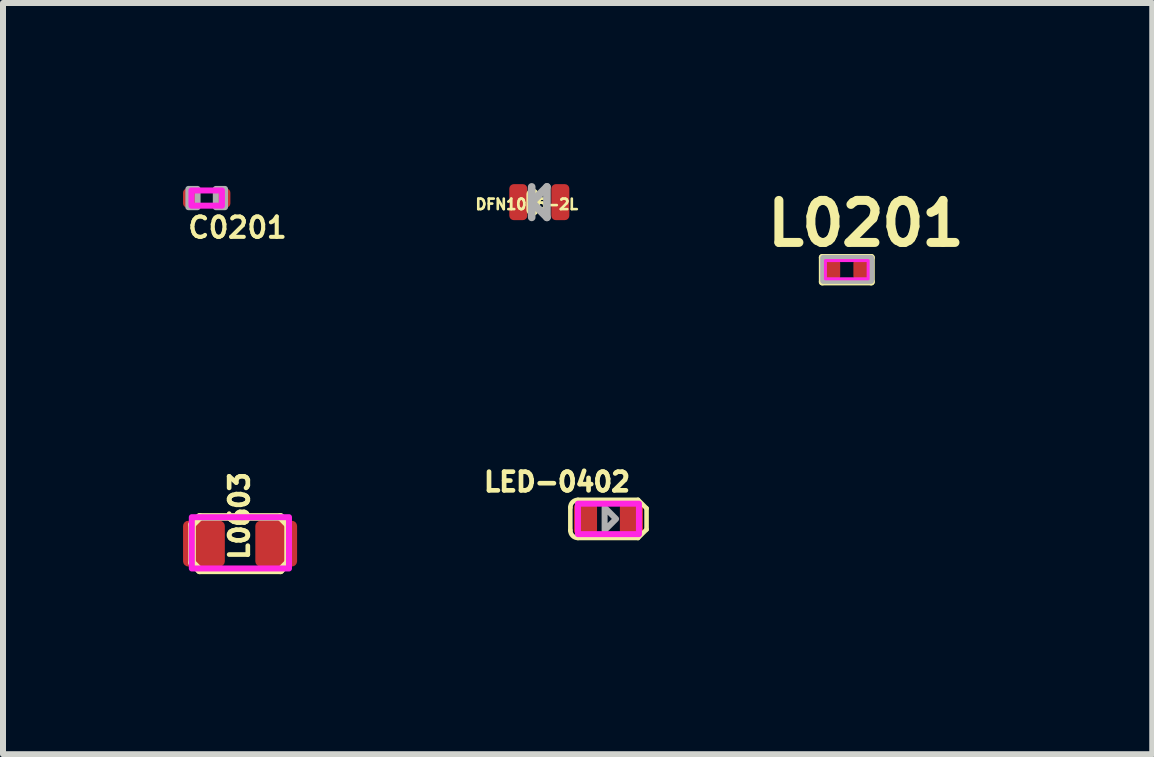
<source format=kicad_pcb>
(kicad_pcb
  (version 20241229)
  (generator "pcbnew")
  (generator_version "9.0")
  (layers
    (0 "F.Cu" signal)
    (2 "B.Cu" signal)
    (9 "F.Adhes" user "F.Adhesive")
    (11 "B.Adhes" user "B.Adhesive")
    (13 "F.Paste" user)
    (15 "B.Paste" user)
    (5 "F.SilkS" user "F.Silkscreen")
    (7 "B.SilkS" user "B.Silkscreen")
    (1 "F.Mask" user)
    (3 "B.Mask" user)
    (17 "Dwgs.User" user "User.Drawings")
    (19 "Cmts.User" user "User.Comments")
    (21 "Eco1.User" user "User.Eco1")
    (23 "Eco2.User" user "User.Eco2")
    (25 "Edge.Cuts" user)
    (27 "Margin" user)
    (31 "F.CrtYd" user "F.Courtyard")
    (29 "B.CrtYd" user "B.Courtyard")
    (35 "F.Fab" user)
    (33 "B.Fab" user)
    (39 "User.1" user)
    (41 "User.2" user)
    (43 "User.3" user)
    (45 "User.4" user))
  (footprint "DFN1006-2L"
    (layer "F.Cu")
    (at 5.936 0.318)
    (property "Reference" "DFN1006-2L" (at 0.67 -0.065 0) (unlocked yes) (layer "F.SilkS") (effects (font (size 0.175 0.175) (thickness 0.079)) (justify right top)))
    (fp_line (start -0.114 -0.127) (end -0.114 0.127) (stroke (width 0.203) (type solid)) (layer "F.SilkS"))
    (fp_line (start -0.127 -0.254) (end -0.127 0.254) (stroke (width 0.127) (type solid)) (layer "F.Fab"))
    (fp_line (start -0.127 0) (end 0.127 -0.254) (stroke (width 0.127) (type solid)) (layer "F.Fab"))
    (fp_line (start 0.127 -0.254) (end 0.127 0.254) (stroke (width 0.127) (type solid)) (layer "F.Fab"))
    (fp_line (start 0.127 0.254) (end -0.127 0) (stroke (width 0.127) (type solid)) (layer "F.Fab"))
    (pad "+" smd roundrect (at 0.35 0 270) (size 0.6 0.3) (layers "F.Cu" "F.Mask" "F.Paste") (roundrect_rratio 0.25))
    (pad "-" smd roundrect (at -0.35 0 270) (size 0.6 0.3) (layers "F.Cu" "F.Mask" "F.Paste") (roundrect_rratio 0.25)))
  (footprint "LED-0402"
    (layer "F.Cu")
    (at 7.088 5.596)
    (property "Reference" "LED-0402" (at 0.401 -0.798 0) (unlocked yes) (layer "F.SilkS") (effects (font (size 0.311 0.311) (thickness 0.095)) (justify right top)))
    (fp_line (start -0.635 0.191) (end -0.635 -0.191) (stroke (width 0.076) (type solid)) (layer "F.SilkS"))
    (fp_line (start -0.508 -0.318) (end 0.493 -0.318) (stroke (width 0.076) (type solid)) (layer "F.SilkS"))
    (fp_line (start 0.493 -0.318) (end 0.635 -0.176) (stroke (width 0.076) (type solid)) (layer "F.SilkS"))
    (fp_line (start 0.493 0.318) (end -0.508 0.318) (stroke (width 0.076) (type solid)) (layer "F.SilkS"))
    (fp_line (start 0.635 -0.176) (end 0.635 0.176) (stroke (width 0.076) (type solid)) (layer "F.SilkS"))
    (fp_line (start 0.635 0.176) (end 0.493 0.318) (stroke (width 0.076) (type solid)) (layer "F.SilkS"))
    (fp_arc (start -0.635 -0.1905) (mid -0.597803 -0.280303) (end -0.508 -0.3175) (stroke (width 0.0762) (type solid)) (layer "F.SilkS"))
    (fp_arc (start -0.508 0.3175) (mid -0.597803 0.280303) (end -0.635 0.1905) (stroke (width 0.0762) (type solid)) (layer "F.SilkS"))
    (fp_poly (pts (xy -0.508 0.254) (xy 0.508 0.254) (xy 0.508 -0.254) (xy -0.508 -0.254)) (stroke (width 0.1) (type default)) (fill no) (layer "F.CrtYd"))
    (fp_poly (pts (xy 0.127 0) (xy -0.064 0.191) (xy -0.064 -0.191)) (stroke (width 0.1) (type default)) (fill no) (layer "F.Fab"))
    (pad "+" smd roundrect (at -0.383 0 90) (size 0.508 0.385) (layers "F.Cu" "F.Mask" "F.Paste") (roundrect_rratio 0.15))
    (pad "-" smd roundrect (at 0.383 0 90) (size 0.508 0.385) (layers "F.Cu" "F.Mask" "F.Paste") (roundrect_rratio 0.15)))
  (footprint "L0603"
    (layer "F.Cu")
    (at 0.95 6.008)
    (property "Reference" "L0603" (at 0.171 0.307 90) (unlocked yes) (layer "F.SilkS") (effects (font (size 0.311 0.311) (thickness 0.095)) (justify left bottom)))
    (fp_line (start -0.8 -0.318) (end -0.673 -0.445) (stroke (width 0.127) (type solid)) (layer "F.SilkS"))
    (fp_line (start -0.8 0.318) (end -0.8 -0.318) (stroke (width 0.127) (type solid)) (layer "F.SilkS"))
    (fp_line (start -0.673 -0.445) (end 0.673 -0.445) (stroke (width 0.127) (type solid)) (layer "F.SilkS"))
    (fp_line (start -0.673 0.445) (end -0.8 0.318) (stroke (width 0.127) (type solid)) (layer "F.SilkS"))
    (fp_line (start 0.673 -0.445) (end 0.8 -0.318) (stroke (width 0.127) (type solid)) (layer "F.SilkS"))
    (fp_line (start 0.673 0.445) (end -0.673 0.445) (stroke (width 0.127) (type solid)) (layer "F.SilkS"))
    (fp_line (start 0.8 -0.318) (end 0.8 0.318) (stroke (width 0.127) (type solid)) (layer "F.SilkS"))
    (fp_line (start 0.8 0.318) (end 0.673 0.445) (stroke (width 0.127) (type solid)) (layer "F.SilkS"))
    (fp_poly (pts (xy -0.804 -0.441) (xy -0.804 0.414) (xy 0.815 0.414) (xy 0.815 -0.441)) (stroke (width 0.1) (type default)) (fill no) (layer "F.CrtYd"))
    (pad "1" smd roundrect (at 0.602 0 180) (size 0.696 0.762) (layers "F.Cu" "F.Mask" "F.Paste") (roundrect_rratio 0.125))
    (pad "2" smd roundrect (at -0.602 0 180) (size 0.696 0.762) (layers "F.Cu" "F.Mask" "F.Paste") (roundrect_rratio 0.125)))
  (footprint "L0201"
    (layer "F.Cu")
    (at 11.059 1.444)
    (property "Reference" "L0201" (at 0.319 -0.771 180) (layer "F.SilkS") (effects (font (size 0.7 0.7) (thickness 0.15))))
    (attr smd)
    (fp_line (start -0.408 -0.204) (end 0.408 -0.204) (stroke (width 0.115) (type default)) (layer "F.SilkS"))
    (fp_line (start -0.408 0.204) (end -0.408 -0.204) (stroke (width 0.115) (type default)) (layer "F.SilkS"))
    (fp_line (start 0.408 -0.204) (end 0.408 0.204) (stroke (width 0.115) (type default)) (layer "F.SilkS"))
    (fp_line (start 0.408 0.204) (end -0.408 0.204) (stroke (width 0.115) (type default)) (layer "F.SilkS"))
    (fp_rect (start -0.356 -0.152) (end 0.356 0.152) (stroke (width 0.05) (type default)) (fill no) (layer "F.CrtYd"))
    (fp_rect (start -0.393 -0.197) (end 0.405 0.186) (stroke (width 0.1) (type default)) (fill no) (layer "F.Fab"))
    (pad "1" smd roundrect (at -0.235 0) (size 0.25 0.32) (layers "F.Cu" "F.Mask" "F.Paste") (roundrect_rratio 0.2))
    (pad "2" smd roundrect (at 0.235 0) (size 0.25 0.32) (layers "F.Cu" "F.Mask" "F.Paste") (roundrect_rratio 0.2)))
  (footprint "C0201"
    (layer "F.Cu")
    (at 0.394 0.25)
    (property "Reference" "C0201" (at -0.347 0.691 0) (unlocked yes) (layer "F.SilkS") (effects (font (size 0.339 0.339) (thickness 0.068)) (justify left bottom)))
    (fp_poly (pts (xy -0.254 0.127) (xy 0.254 0.127) (xy 0.254 -0.127) (xy -0.254 -0.127)) (stroke (width 0.1) (type default)) (fill no) (layer "F.CrtYd"))
    (fp_line (start -0.305 -0.152) (end 0.305 -0.152) (stroke (width 0.01) (type solid)) (layer "F.Fab"))
    (fp_line (start -0.305 0.152) (end -0.305 -0.152) (stroke (width 0.01) (type solid)) (layer "F.Fab"))
    (fp_line (start 0.305 -0.152) (end 0.305 0.152) (stroke (width 0.01) (type solid)) (layer "F.Fab"))
    (fp_line (start 0.305 0.152) (end -0.305 0.152) (stroke (width 0.01) (type solid)) (layer "F.Fab"))
    (fp_poly (pts (xy -0.305 0.152) (xy -0.152 0.152) (xy -0.152 -0.152) (xy -0.305 -0.152)) (stroke (width 0.1) (type default)) (fill no) (layer "F.Fab"))
    (fp_poly (pts (xy 0.152 0.152) (xy 0.305 0.152) (xy 0.305 -0.152) (xy 0.152 -0.152)) (stroke (width 0.1) (type default)) (fill no) (layer "F.Fab"))
    (pad "1" smd roundrect (at -0.255 0) (size 0.279 0.318) (layers "F.Cu" "F.Mask" "F.Paste") (roundrect_rratio 0.25))
    (pad "2" smd roundrect (at 0.255 0) (size 0.279 0.318) (layers "F.Cu" "F.Mask" "F.Paste") (roundrect_rratio 0.25)))
  (gr_rect
    (start -3 -3)
    (end 16.149 9.516)
    (stroke (width 0.1) (type default))
    (fill no)
    (layer "Edge.Cuts")))
</source>
